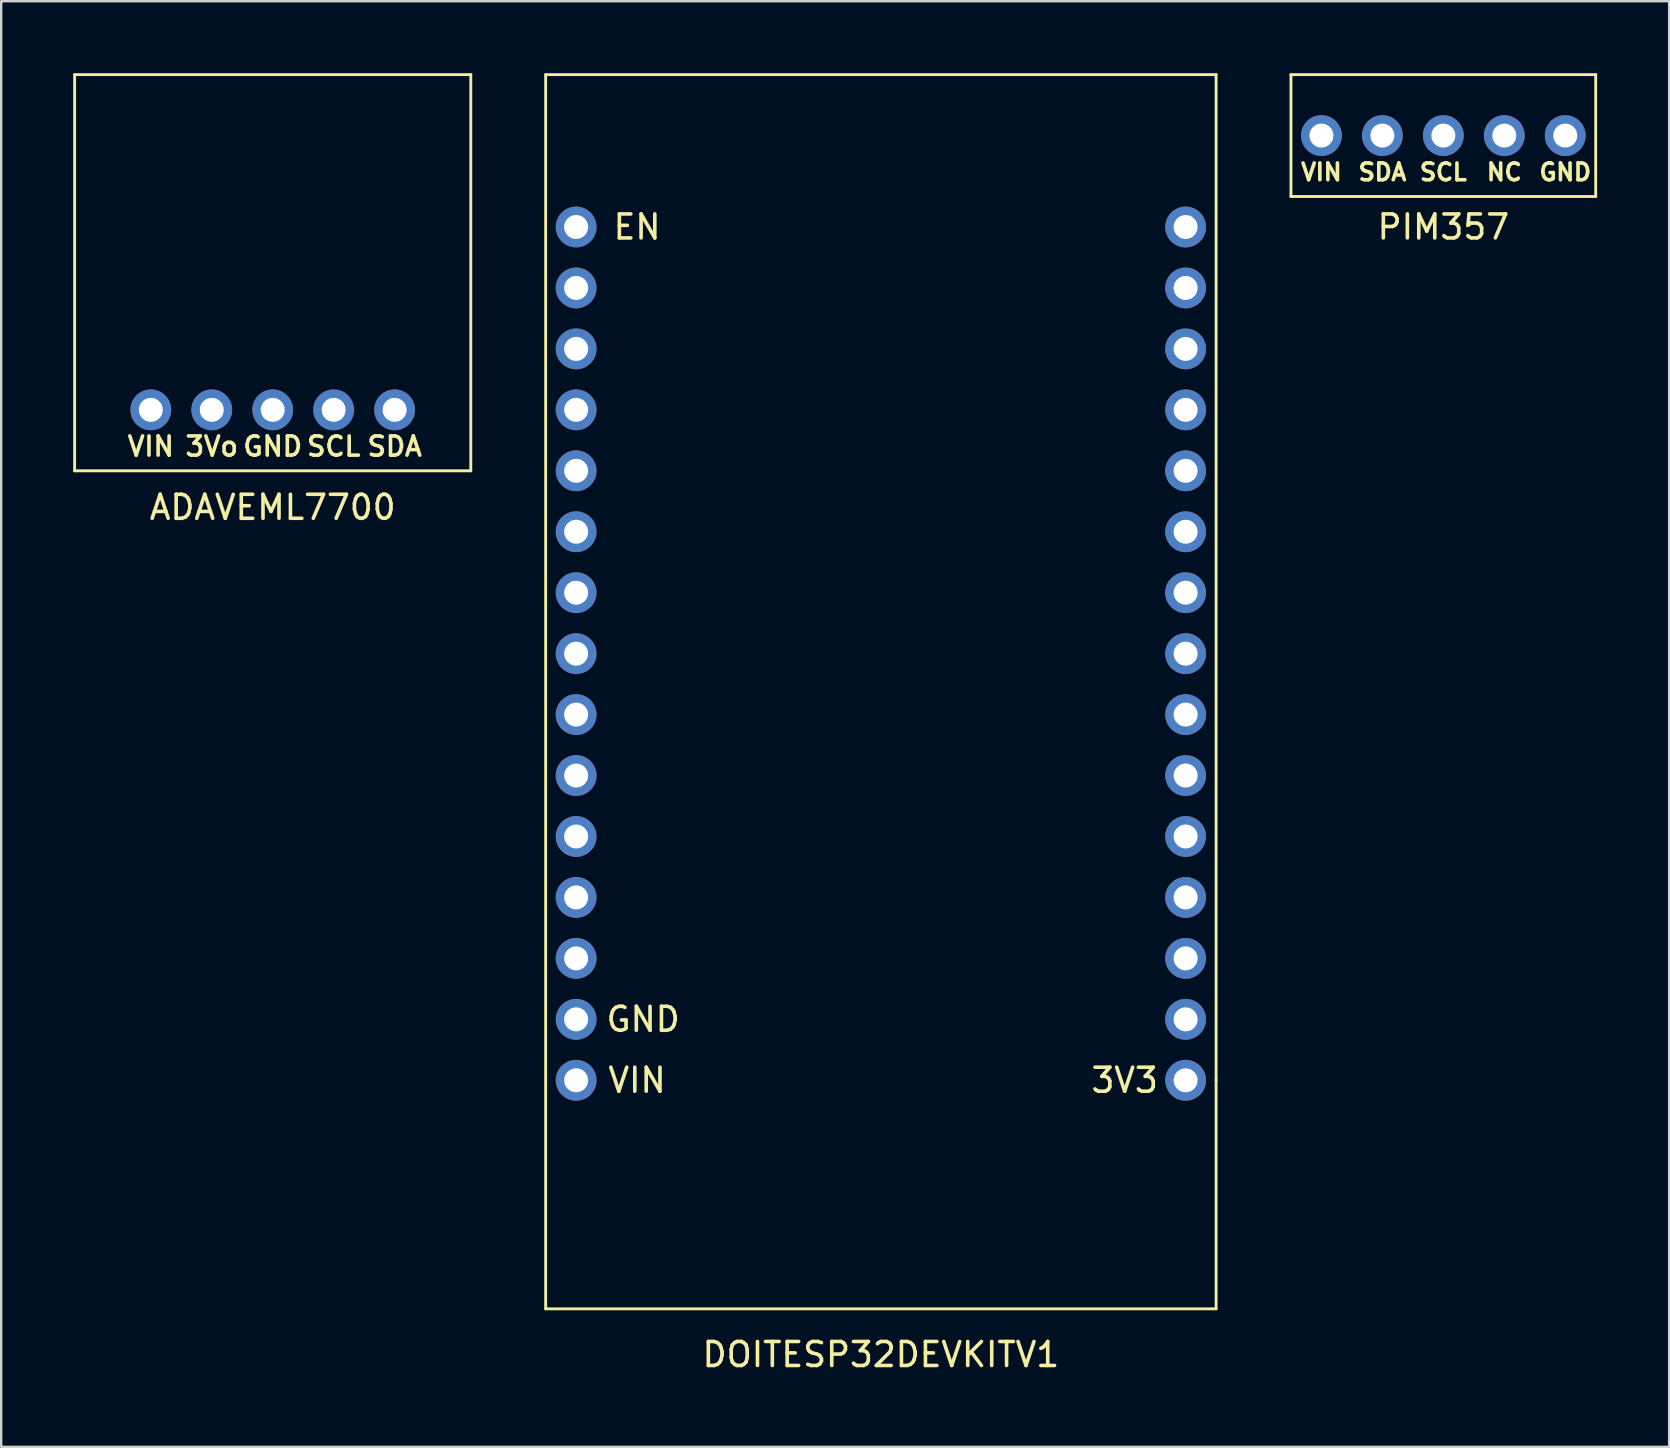
<source format=kicad_pcb>
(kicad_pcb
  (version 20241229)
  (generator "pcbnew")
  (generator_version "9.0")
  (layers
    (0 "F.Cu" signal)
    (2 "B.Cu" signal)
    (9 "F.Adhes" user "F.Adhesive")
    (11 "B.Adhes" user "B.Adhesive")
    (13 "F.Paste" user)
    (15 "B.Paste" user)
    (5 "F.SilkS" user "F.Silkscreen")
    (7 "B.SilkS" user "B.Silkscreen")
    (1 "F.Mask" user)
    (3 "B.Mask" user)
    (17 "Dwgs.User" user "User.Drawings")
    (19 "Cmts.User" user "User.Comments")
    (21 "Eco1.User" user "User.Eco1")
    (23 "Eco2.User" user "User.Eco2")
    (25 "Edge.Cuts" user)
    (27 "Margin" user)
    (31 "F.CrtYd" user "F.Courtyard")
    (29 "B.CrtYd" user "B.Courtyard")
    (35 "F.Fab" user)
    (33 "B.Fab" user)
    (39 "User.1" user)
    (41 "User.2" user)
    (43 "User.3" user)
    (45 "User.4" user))
  (footprint "ADAVEML7700"
    (layer "F.Cu")
    (at 8.315 8.442)
    (property "Reference" "ADAVEML7700" (at 0 9.652 0) (layer "F.SilkS") (effects (font (size 1 1) (thickness 0.15))))
    (attr through_hole)
    (fp_line (start -8.255 -8.382) (end 8.255 -8.382) (stroke (width 0.12) (type solid)) (layer "F.SilkS"))
    (fp_line (start -8.255 8.128) (end -8.255 -8.382) (stroke (width 0.12) (type solid)) (layer "F.SilkS"))
    (fp_line (start 8.255 -8.382) (end 8.255 8.128) (stroke (width 0.12) (type solid)) (layer "F.SilkS"))
    (fp_line (start 8.255 8.128) (end -8.255 8.128) (stroke (width 0.12) (type solid)) (layer "F.SilkS"))
    (fp_text user "3Vo" (at -2.54 7.112 0) (layer "F.SilkS") (effects (font (size 0.8 0.8) (thickness 0.15))))
    (fp_text user "SDA" (at 5.08 7.112 0) (layer "F.SilkS") (effects (font (size 0.8 0.8) (thickness 0.15))))
    (fp_text user "GND" (at 0 7.112 0) (layer "F.SilkS") (effects (font (size 0.8 0.8) (thickness 0.15))))
    (fp_text user "VIN" (at -5.08 7.112 0) (layer "F.SilkS") (effects (font (size 0.8 0.8) (thickness 0.15))))
    (fp_text user "SCL" (at 2.54 7.112 0) (layer "F.SilkS") (effects (font (size 0.8 0.8) (thickness 0.15))))
    (pad "1" thru_hole circle (at -5.08 5.588) (size 1.7 1.7) (drill 1) (layers "*.Cu" "*.Mask"))
    (pad "2" thru_hole circle (at -2.54 5.588) (size 1.7 1.7) (drill 1) (layers "*.Cu" "*.Mask"))
    (pad "3" thru_hole circle (at 0 5.588) (size 1.7 1.7) (drill 1) (layers "*.Cu" "*.Mask"))
    (pad "4" thru_hole circle (at 2.54 5.588) (size 1.7 1.7) (drill 1) (layers "*.Cu" "*.Mask"))
    (pad "5" thru_hole circle (at 5.08 5.588) (size 1.7 1.7) (drill 1) (layers "*.Cu" "*.Mask")))
  (footprint "DOITESP32DEVKITV1"
    (layer "F.Cu")
    (at 33.66 24.19)
    (property "Reference" "DOITESP32DEVKITV1" (at 0 29.21 0) (layer "F.SilkS") (effects (font (size 1 1) (thickness 0.15))))
    (attr through_hole)
    (fp_line (start -13.97 27.305) (end -13.97 -24.13) (stroke (width 0.12) (type solid)) (layer "F.SilkS"))
    (fp_line (start 13.97 -24.13) (end -13.97 -24.13) (stroke (width 0.12) (type solid)) (layer "F.SilkS"))
    (fp_line (start 13.97 17.78) (end 13.97 -24.13) (stroke (width 0.12) (type solid)) (layer "F.SilkS"))
    (fp_line (start 13.97 17.78) (end 13.97 27.305) (stroke (width 0.12) (type solid)) (layer "F.SilkS"))
    (fp_line (start 13.97 27.305) (end -13.97 27.305) (stroke (width 0.12) (type solid)) (layer "F.SilkS"))
    (fp_text user "3V3" (at 10.16 17.78 0) (layer "F.SilkS") (effects (font (size 1 1) (thickness 0.15))))
    (fp_text user "GND" (at -9.906 15.24 0) (layer "F.SilkS") (effects (font (size 1 1) (thickness 0.15))))
    (fp_text user "EN" (at -10.16 -17.78 0) (layer "F.SilkS") (effects (font (size 1 1) (thickness 0.15))))
    (fp_text user "VIN" (at -10.16 17.78 0) (layer "F.SilkS") (effects (font (size 1 1) (thickness 0.15))))
    (pad "1" thru_hole circle (at 12.7 17.78 180) (size 1.7 1.7) (drill 1) (layers "*.Cu" "*.Mask"))
    (pad "2" thru_hole circle (at 12.7 15.24) (size 1.7 1.7) (drill 1) (layers "*.Cu" "*.Mask"))
    (pad "3" thru_hole circle (at 12.7 12.7) (size 1.7 1.7) (drill 1) (layers "*.Cu" "*.Mask"))
    (pad "4" thru_hole circle (at 12.7 10.16) (size 1.7 1.7) (drill 1) (layers "*.Cu" "*.Mask"))
    (pad "5" thru_hole circle (at 12.7 7.62) (size 1.7 1.7) (drill 1) (layers "*.Cu" "*.Mask"))
    (pad "6" thru_hole circle (at 12.7 5.08 90) (size 1.7 1.7) (drill 1) (layers "*.Cu" "*.Mask"))
    (pad "7" thru_hole circle (at 12.7 2.54) (size 1.7 1.7) (drill 1) (layers "*.Cu" "*.Mask"))
    (pad "8" thru_hole circle (at 12.7 0) (size 1.7 1.7) (drill 1) (layers "*.Cu" "*.Mask"))
    (pad "9" thru_hole circle (at 12.7 -2.54) (size 1.7 1.7) (drill 1) (layers "*.Cu" "*.Mask"))
    (pad "10" thru_hole circle (at 12.7 -5.08) (size 1.7 1.7) (drill 1) (layers "*.Cu" "*.Mask"))
    (pad "11" thru_hole circle (at 12.7 -7.62) (size 1.7 1.7) (drill 1) (layers "*.Cu" "*.Mask"))
    (pad "12" thru_hole circle (at 12.7 -10.16) (size 1.7 1.7) (drill 1) (layers "*.Cu" "*.Mask"))
    (pad "13" thru_hole circle (at 12.7 -12.7) (size 1.7 1.7) (drill 1) (layers "*.Cu" "*.Mask"))
    (pad "14" thru_hole circle (at 12.7 -15.24) (size 1.7 1.7) (drill 1) (layers "*.Cu" "*.Mask"))
    (pad "15" thru_hole circle (at 12.7 -17.78) (size 1.7 1.7) (drill 1) (layers "*.Cu" "*.Mask"))
    (pad "16" thru_hole circle (at -12.7 -17.78) (size 1.7 1.7) (drill 1) (layers "*.Cu" "*.Mask"))
    (pad "17" thru_hole circle (at -12.7 -15.24) (size 1.7 1.7) (drill 1) (layers "*.Cu" "*.Mask"))
    (pad "18" thru_hole circle (at -12.7 -12.7) (size 1.7 1.7) (drill 1) (layers "*.Cu" "*.Mask"))
    (pad "19" thru_hole circle (at -12.7 -10.16) (size 1.7 1.7) (drill 1) (layers "*.Cu" "*.Mask"))
    (pad "20" thru_hole circle (at -12.7 -7.62) (size 1.7 1.7) (drill 1) (layers "*.Cu" "*.Mask"))
    (pad "21" thru_hole circle (at -12.7 -5.08) (size 1.7 1.7) (drill 1) (layers "*.Cu" "*.Mask"))
    (pad "22" thru_hole circle (at -12.7 -2.54) (size 1.7 1.7) (drill 1) (layers "*.Cu" "*.Mask"))
    (pad "23" thru_hole circle (at -12.7 0) (size 1.7 1.7) (drill 1) (layers "*.Cu" "*.Mask"))
    (pad "24" thru_hole circle (at -12.7 2.54) (size 1.7 1.7) (drill 1) (layers "*.Cu" "*.Mask"))
    (pad "25" thru_hole circle (at -12.7 5.08) (size 1.7 1.7) (drill 1) (layers "*.Cu" "*.Mask"))
    (pad "26" thru_hole circle (at -12.7 7.62) (size 1.7 1.7) (drill 1) (layers "*.Cu" "*.Mask"))
    (pad "27" thru_hole circle (at -12.7 10.16) (size 1.7 1.7) (drill 1) (layers "*.Cu" "*.Mask"))
    (pad "28" thru_hole circle (at -12.7 12.7) (size 1.7 1.7) (drill 1) (layers "*.Cu" "*.Mask"))
    (pad "29" thru_hole circle (at -12.7 15.24) (size 1.7 1.7) (drill 1) (layers "*.Cu" "*.Mask"))
    (pad "30" thru_hole circle (at -12.7 17.78) (size 1.7 1.7) (drill 1) (layers "*.Cu" "*.Mask")))
  (footprint "PIM357"
    (layer "F.Cu")
    (at 57.1 2.6)
    (property "Reference" "PIM357" (at 0 3.81 0) (layer "F.SilkS") (effects (font (size 1 1) (thickness 0.15))))
    (attr through_hole)
    (fp_line (start -6.35 -2.54) (end -6.35 2.54) (stroke (width 0.12) (type solid)) (layer "F.SilkS"))
    (fp_line (start -6.35 2.54) (end 6.35 2.54) (stroke (width 0.12) (type solid)) (layer "F.SilkS"))
    (fp_line (start 6.35 -2.54) (end -6.35 -2.54) (stroke (width 0.12) (type solid)) (layer "F.SilkS"))
    (fp_line (start 6.35 2.54) (end 6.35 -2.54) (stroke (width 0.12) (type solid)) (layer "F.SilkS"))
    (fp_text user "SDA" (at -2.54 1.524 0) (layer "F.SilkS") (effects (font (size 0.7 0.7) (thickness 0.15))))
    (fp_text user "NC" (at 2.54 1.524 0) (layer "F.SilkS") (effects (font (size 0.7 0.7) (thickness 0.15))))
    (fp_text user "GND" (at 5.08 1.524 0) (layer "F.SilkS") (effects (font (size 0.7 0.7) (thickness 0.15))))
    (fp_text user "VIN" (at -5.08 1.524 0) (layer "F.SilkS") (effects (font (size 0.7 0.7) (thickness 0.15))))
    (fp_text user "SCL" (at 0 1.524 0) (layer "F.SilkS") (effects (font (size 0.7 0.7) (thickness 0.15))))
    (pad "1" thru_hole circle (at -5.08 0) (size 1.7 1.7) (drill 1) (layers "*.Cu" "*.Mask"))
    (pad "2" thru_hole circle (at -2.54 0) (size 1.7 1.7) (drill 1) (layers "*.Cu" "*.Mask"))
    (pad "3" thru_hole circle (at 0 0) (size 1.7 1.7) (drill 1) (layers "*.Cu" "*.Mask"))
    (pad "4" thru_hole circle (at 2.54 0) (size 1.7 1.7) (drill 1) (layers "*.Cu" "*.Mask"))
    (pad "5" thru_hole circle (at 5.08 0) (size 1.7 1.7) (drill 1) (layers "*.Cu" "*.Mask")))
  (gr_rect
    (start -3 -3)
    (end 66.51 57.248)
    (stroke (width 0.1) (type default))
    (fill no)
    (layer "Edge.Cuts")))
</source>
